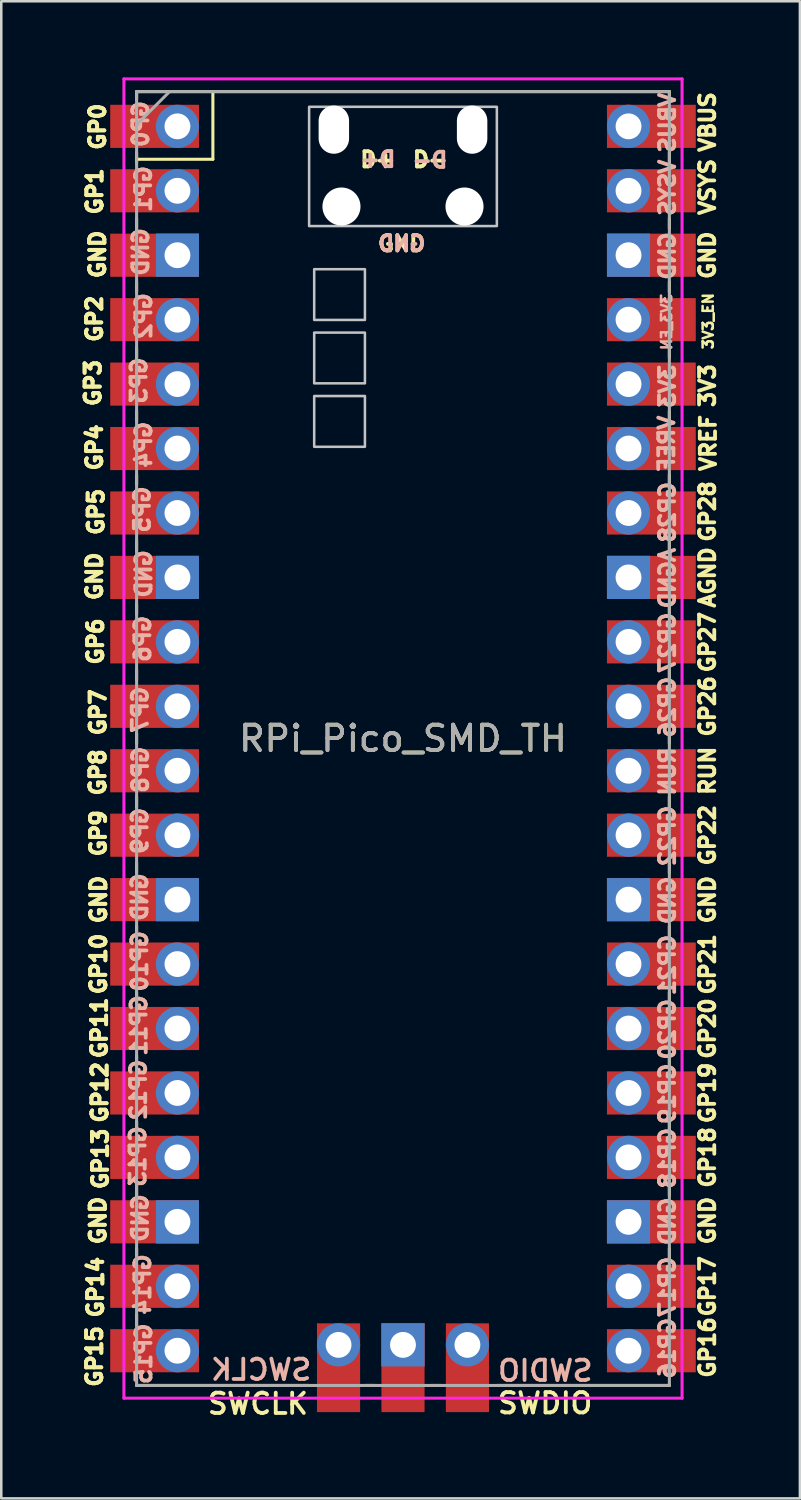
<source format=kicad_pcb>
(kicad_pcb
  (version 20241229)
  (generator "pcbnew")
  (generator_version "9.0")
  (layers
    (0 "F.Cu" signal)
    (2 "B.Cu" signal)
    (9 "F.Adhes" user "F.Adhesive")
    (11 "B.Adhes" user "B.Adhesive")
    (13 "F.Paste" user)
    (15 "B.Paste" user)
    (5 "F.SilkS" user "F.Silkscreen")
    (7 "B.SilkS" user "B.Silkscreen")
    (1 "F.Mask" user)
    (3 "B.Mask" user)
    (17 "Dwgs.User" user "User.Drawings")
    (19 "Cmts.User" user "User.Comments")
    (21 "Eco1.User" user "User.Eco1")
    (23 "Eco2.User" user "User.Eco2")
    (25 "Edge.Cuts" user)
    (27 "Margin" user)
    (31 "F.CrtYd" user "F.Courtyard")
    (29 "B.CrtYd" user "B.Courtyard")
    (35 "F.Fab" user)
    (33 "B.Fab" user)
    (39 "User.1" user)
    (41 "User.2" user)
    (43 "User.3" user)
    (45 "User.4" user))
  (footprint "RPi_Pico_SMD_TH"
    (layer "F.Cu")
    (at 12.834 26.06)
    (property "Reference" "RPi_Pico_SMD_TH" (at 0 0 180) (layer "F.SilkS") (effects (font (size 1 1) (thickness 0.15))))
    (attr through_hole)
    (fp_line (start -10.5 -25.5) (end -10.5 -25.2) (stroke (width 0.12) (type solid)) (layer "F.SilkS"))
    (fp_line (start -10.5 -25.5) (end 10.5 -25.5) (stroke (width 0.12) (type solid)) (layer "F.SilkS"))
    (fp_line (start -10.5 -23.1) (end -10.5 -22.7) (stroke (width 0.12) (type solid)) (layer "F.SilkS"))
    (fp_line (start -10.5 -22.833) (end -7.493 -22.833) (stroke (width 0.12) (type solid)) (layer "F.SilkS"))
    (fp_line (start -10.5 -20.5) (end -10.5 -20.1) (stroke (width 0.12) (type solid)) (layer "F.SilkS"))
    (fp_line (start -10.5 -18) (end -10.5 -17.6) (stroke (width 0.12) (type solid)) (layer "F.SilkS"))
    (fp_line (start -10.5 -15.4) (end -10.5 -15) (stroke (width 0.12) (type solid)) (layer "F.SilkS"))
    (fp_line (start -10.5 -12.9) (end -10.5 -12.5) (stroke (width 0.12) (type solid)) (layer "F.SilkS"))
    (fp_line (start -10.5 -10.4) (end -10.5 -10) (stroke (width 0.12) (type solid)) (layer "F.SilkS"))
    (fp_line (start -10.5 -7.8) (end -10.5 -7.4) (stroke (width 0.12) (type solid)) (layer "F.SilkS"))
    (fp_line (start -10.5 -5.3) (end -10.5 -4.9) (stroke (width 0.12) (type solid)) (layer "F.SilkS"))
    (fp_line (start -10.5 -2.7) (end -10.5 -2.3) (stroke (width 0.12) (type solid)) (layer "F.SilkS"))
    (fp_line (start -10.5 -0.2) (end -10.5 0.2) (stroke (width 0.12) (type solid)) (layer "F.SilkS"))
    (fp_line (start -10.5 2.3) (end -10.5 2.7) (stroke (width 0.12) (type solid)) (layer "F.SilkS"))
    (fp_line (start -10.5 4.9) (end -10.5 5.3) (stroke (width 0.12) (type solid)) (layer "F.SilkS"))
    (fp_line (start -10.5 7.4) (end -10.5 7.8) (stroke (width 0.12) (type solid)) (layer "F.SilkS"))
    (fp_line (start -10.5 10) (end -10.5 10.4) (stroke (width 0.12) (type solid)) (layer "F.SilkS"))
    (fp_line (start -10.5 12.5) (end -10.5 12.9) (stroke (width 0.12) (type solid)) (layer "F.SilkS"))
    (fp_line (start -10.5 15.1) (end -10.5 15.5) (stroke (width 0.12) (type solid)) (layer "F.SilkS"))
    (fp_line (start -10.5 17.6) (end -10.5 18) (stroke (width 0.12) (type solid)) (layer "F.SilkS"))
    (fp_line (start -10.5 20.1) (end -10.5 20.5) (stroke (width 0.12) (type solid)) (layer "F.SilkS"))
    (fp_line (start -10.5 22.7) (end -10.5 23.1) (stroke (width 0.12) (type solid)) (layer "F.SilkS"))
    (fp_line (start -7.493 -22.833) (end -7.493 -25.5) (stroke (width 0.12) (type solid)) (layer "F.SilkS"))
    (fp_line (start -3.7 25.5) (end -10.5 25.5) (stroke (width 0.12) (type solid)) (layer "F.SilkS"))
    (fp_line (start -1.5 25.5) (end -1.1 25.5) (stroke (width 0.12) (type solid)) (layer "F.SilkS"))
    (fp_line (start 1.1 25.5) (end 1.5 25.5) (stroke (width 0.12) (type solid)) (layer "F.SilkS"))
    (fp_line (start 10.5 -25.5) (end 10.5 -25.2) (stroke (width 0.12) (type solid)) (layer "F.SilkS"))
    (fp_line (start 10.5 -23.1) (end 10.5 -22.7) (stroke (width 0.12) (type solid)) (layer "F.SilkS"))
    (fp_line (start 10.5 -20.5) (end 10.5 -20.1) (stroke (width 0.12) (type solid)) (layer "F.SilkS"))
    (fp_line (start 10.5 -18) (end 10.5 -17.6) (stroke (width 0.12) (type solid)) (layer "F.SilkS"))
    (fp_line (start 10.5 -15.4) (end 10.5 -15) (stroke (width 0.12) (type solid)) (layer "F.SilkS"))
    (fp_line (start 10.5 -12.9) (end 10.5 -12.5) (stroke (width 0.12) (type solid)) (layer "F.SilkS"))
    (fp_line (start 10.5 -10.4) (end 10.5 -10) (stroke (width 0.12) (type solid)) (layer "F.SilkS"))
    (fp_line (start 10.5 -7.8) (end 10.5 -7.4) (stroke (width 0.12) (type solid)) (layer "F.SilkS"))
    (fp_line (start 10.5 -5.3) (end 10.5 -4.9) (stroke (width 0.12) (type solid)) (layer "F.SilkS"))
    (fp_line (start 10.5 -2.7) (end 10.5 -2.3) (stroke (width 0.12) (type solid)) (layer "F.SilkS"))
    (fp_line (start 10.5 -0.2) (end 10.5 0.2) (stroke (width 0.12) (type solid)) (layer "F.SilkS"))
    (fp_line (start 10.5 2.3) (end 10.5 2.7) (stroke (width 0.12) (type solid)) (layer "F.SilkS"))
    (fp_line (start 10.5 4.9) (end 10.5 5.3) (stroke (width 0.12) (type solid)) (layer "F.SilkS"))
    (fp_line (start 10.5 7.4) (end 10.5 7.8) (stroke (width 0.12) (type solid)) (layer "F.SilkS"))
    (fp_line (start 10.5 10) (end 10.5 10.4) (stroke (width 0.12) (type solid)) (layer "F.SilkS"))
    (fp_line (start 10.5 12.5) (end 10.5 12.9) (stroke (width 0.12) (type solid)) (layer "F.SilkS"))
    (fp_line (start 10.5 15.1) (end 10.5 15.5) (stroke (width 0.12) (type solid)) (layer "F.SilkS"))
    (fp_line (start 10.5 17.6) (end 10.5 18) (stroke (width 0.12) (type solid)) (layer "F.SilkS"))
    (fp_line (start 10.5 20.1) (end 10.5 20.5) (stroke (width 0.12) (type solid)) (layer "F.SilkS"))
    (fp_line (start 10.5 22.7) (end 10.5 23.1) (stroke (width 0.12) (type solid)) (layer "F.SilkS"))
    (fp_line (start 10.5 25.5) (end 3.7 25.5) (stroke (width 0.12) (type solid)) (layer "F.SilkS"))
    (fp_poly (pts (xy -1.5 -16.5) (xy -3.5 -16.5) (xy -3.5 -18.5) (xy -1.5 -18.5)) (stroke (width 0.1) (type solid)) (fill no) (layer "Dwgs.User"))
    (fp_poly (pts (xy -1.5 -14) (xy -3.5 -14) (xy -3.5 -16) (xy -1.5 -16)) (stroke (width 0.1) (type solid)) (fill no) (layer "Dwgs.User"))
    (fp_poly (pts (xy -1.5 -11.5) (xy -3.5 -11.5) (xy -3.5 -13.5) (xy -1.5 -13.5)) (stroke (width 0.1) (type solid)) (fill no) (layer "Dwgs.User"))
    (fp_poly (pts (xy 3.7 -20.2) (xy -3.7 -20.2) (xy -3.7 -24.9) (xy 3.7 -24.9)) (stroke (width 0.1) (type solid)) (fill no) (layer "Dwgs.User"))
    (fp_line (start -11 -26) (end 11 -26) (stroke (width 0.12) (type solid)) (layer "F.CrtYd"))
    (fp_line (start -11 26) (end -11 -26) (stroke (width 0.12) (type solid)) (layer "F.CrtYd"))
    (fp_line (start 11 -26) (end 11 26) (stroke (width 0.12) (type solid)) (layer "F.CrtYd"))
    (fp_line (start 11 26) (end -11 26) (stroke (width 0.12) (type solid)) (layer "F.CrtYd"))
    (fp_line (start -10.5 -25.5) (end 10.5 -25.5) (stroke (width 0.12) (type solid)) (layer "F.Fab"))
    (fp_line (start -10.5 -24.2) (end -9.2 -25.5) (stroke (width 0.12) (type solid)) (layer "F.Fab"))
    (fp_line (start -10.5 25.5) (end -10.5 -25.5) (stroke (width 0.12) (type solid)) (layer "F.Fab"))
    (fp_line (start 10.5 -25.5) (end 10.5 25.5) (stroke (width 0.12) (type solid)) (layer "F.Fab"))
    (fp_line (start 10.5 25.5) (end -10.5 25.5) (stroke (width 0.12) (type solid)) (layer "F.Fab"))
    (fp_text user "GP8" (at -12.03 1.34 90) (layer "F.SilkS") (effects (font (size 0.6 0.6) (thickness 0.15))))
    (fp_text user "D-" (at 1.08 -22.82 180) (layer "F.SilkS") (effects (font (size 0.6 0.6) (thickness 0.15))))
    (fp_text user "GP2" (at -12.16 -16.54 90) (layer "F.SilkS") (effects (font (size 0.6 0.6) (thickness 0.15))))
    (fp_text user "GP14" (at -12.12 21.62 90) (layer "F.SilkS") (effects (font (size 0.6 0.6) (thickness 0.15))))
    (fp_text user "GP9" (at -12.01 3.74 90) (layer "F.SilkS") (effects (font (size 0.6 0.6) (thickness 0.15))))
    (fp_text user "GP20" (at 12 11.43 90) (layer "F.SilkS") (effects (font (size 0.6 0.6) (thickness 0.15))))
    (fp_text user "GP4" (at -12.16 -11.48 90) (layer "F.SilkS") (effects (font (size 0.6 0.6) (thickness 0.15))))
    (fp_text user "GP11" (at -11.97 11.41 90) (layer "F.SilkS") (effects (font (size 0.6 0.6) (thickness 0.15))))
    (fp_text user "GP16" (at 12 24 90) (layer "F.SilkS") (effects (font (size 0.6 0.6) (thickness 0.15))))
    (fp_text user "3V3_EN" (at 12.03 -16.45 90) (layer "F.SilkS") (effects (font (size 0.4 0.4) (thickness 0.1))))
    (fp_text user "GP3" (at -12.22 -14.02 90) (layer "F.SilkS") (effects (font (size 0.6 0.6) (thickness 0.15))))
    (fp_text user "GP12" (at -11.95 13.94 90) (layer "F.SilkS") (effects (font (size 0.6 0.6) (thickness 0.15))))
    (fp_text user "GP26" (at 12 -1.27 90) (layer "F.SilkS") (effects (font (size 0.6 0.6) (thickness 0.15))))
    (fp_text user "GP0" (at -12.04 -24.11 90) (layer "F.SilkS") (effects (font (size 0.6 0.6) (thickness 0.15))))
    (fp_text user "GP12" (at -11.95 13.95 90) (layer "F.SilkS") (effects (font (size 0.6 0.6) (thickness 0.15))))
    (fp_text user "GP11" (at -11.97 11.4 90) (layer "F.SilkS") (effects (font (size 0.6 0.6) (thickness 0.15))))
    (fp_text user "SWCLK" (at -5.72 26.22 180) (layer "F.SilkS") (effects (font (size 0.8 0.8) (thickness 0.15))))
    (fp_text user "GND" (at -12 6.35 90) (layer "F.SilkS") (effects (font (size 0.6 0.6) (thickness 0.15))))
    (fp_text user "GP5" (at -12.1 -8.94 90) (layer "F.SilkS") (effects (font (size 0.6 0.6) (thickness 0.15))))
    (fp_text user "GP6" (at -12.12 -3.83 90) (layer "F.SilkS") (effects (font (size 0.6 0.6) (thickness 0.15))))
    (fp_text user "GND" (at 12 6.35 90) (layer "F.SilkS") (effects (font (size 0.6 0.6) (thickness 0.15))))
    (fp_text user "GP27" (at 12 -3.8 90) (layer "F.SilkS") (effects (font (size 0.6 0.6) (thickness 0.15))))
    (fp_text user "GP5" (at -12.1 -8.93 90) (layer "F.SilkS") (effects (font (size 0.6 0.6) (thickness 0.15))))
    (fp_text user "GND" (at -12.02 18.99 90) (layer "F.SilkS") (effects (font (size 0.6 0.6) (thickness 0.15))))
    (fp_text user "GP0" (at -12.04 -24.12 90) (layer "F.SilkS") (effects (font (size 0.6 0.6) (thickness 0.15))))
    (fp_text user "GP1" (at -12.15 -21.57 90) (layer "F.SilkS") (effects (font (size 0.6 0.6) (thickness 0.15))))
    (fp_text user "GP6" (at -12.12 -3.82 90) (layer "F.SilkS") (effects (font (size 0.6 0.6) (thickness 0.15))))
    (fp_text user "GP1" (at -12.15 -21.56 90) (layer "F.SilkS") (effects (font (size 0.6 0.6) (thickness 0.15))))
    (fp_text user "VSYS" (at 12 -21.74 90) (layer "F.SilkS") (effects (font (size 0.6 0.6) (thickness 0.15))))
    (fp_text user "GND" (at -12.16 -6.4 90) (layer "F.SilkS") (effects (font (size 0.6 0.6) (thickness 0.15))))
    (fp_text user "GND" (at -12.04 -19.09 90) (layer "F.SilkS") (effects (font (size 0.6 0.6) (thickness 0.15))))
    (fp_text user "AGND" (at 12 -6.35 90) (layer "F.SilkS") (effects (font (size 0.6 0.6) (thickness 0.15))))
    (fp_text user "GND" (at 12 -19.05 90) (layer "F.SilkS") (effects (font (size 0.6 0.6) (thickness 0.15))))
    (fp_text user "SWDIO" (at 5.6 26.2 180) (layer "F.SilkS") (effects (font (size 0.8 0.8) (thickness 0.15))))
    (fp_text user "GP22" (at 12 3.81 90) (layer "F.SilkS") (effects (font (size 0.6 0.6) (thickness 0.15))))
    (fp_text user "GP17" (at 12 21.59 90) (layer "F.SilkS") (effects (font (size 0.6 0.6) (thickness 0.15))))
    (fp_text user "GND" (at -12 6.34 90) (layer "F.SilkS") (effects (font (size 0.6 0.6) (thickness 0.15))))
    (fp_text user "GP7" (at -12.02 -1.03 90) (layer "F.SilkS") (effects (font (size 0.6 0.6) (thickness 0.15))))
    (fp_text user "GP3" (at -12.22 -14.01 90) (layer "F.SilkS") (effects (font (size 0.6 0.6) (thickness 0.15))))
    (fp_text user "GP13" (at -11.93 16.57 90) (layer "F.SilkS") (effects (font (size 0.6 0.6) (thickness 0.15))))
    (fp_text user "GP18" (at 12 16.51 90) (layer "F.SilkS") (effects (font (size 0.6 0.6) (thickness 0.15))))
    (fp_text user "GP13" (at -11.93 16.56 90) (layer "F.SilkS") (effects (font (size 0.6 0.6) (thickness 0.15))))
    (fp_text user "GND" (at -12.16 -6.39 90) (layer "F.SilkS") (effects (font (size 0.6 0.6) (thickness 0.15))))
    (fp_text user "GP21" (at 12 8.9 90) (layer "F.SilkS") (effects (font (size 0.6 0.6) (thickness 0.15))))
    (fp_text user "GP15" (at -12.16 24.36 90) (layer "F.SilkS") (effects (font (size 0.6 0.6) (thickness 0.15))))
    (fp_text user "GND" (at 12 19 90) (layer "F.SilkS") (effects (font (size 0.6 0.6) (thickness 0.15))))
    (fp_text user "D+" (at -0.99 -22.82 180) (layer "F.SilkS") (effects (font (size 0.6 0.6) (thickness 0.15))))
    (fp_text user "VREF" (at 12.03 -11.65 90) (layer "F.SilkS") (effects (font (size 0.6 0.6) (thickness 0.15))))
    (fp_text user "GP7" (at -12.02 -1.04 90) (layer "F.SilkS") (effects (font (size 0.6 0.6) (thickness 0.15))))
    (fp_text user "RUN" (at 12 1.27 90) (layer "F.SilkS") (effects (font (size 0.6 0.6) (thickness 0.15))))
    (fp_text user "GP2" (at -12.16 -16.55 90) (layer "F.SilkS") (effects (font (size 0.6 0.6) (thickness 0.15))))
    (fp_text user "GP10" (at -12 8.89 90) (layer "F.SilkS") (effects (font (size 0.6 0.6) (thickness 0.15))))
    (fp_text user "GND" (at -12.02 19 90) (layer "F.SilkS") (effects (font (size 0.6 0.6) (thickness 0.15))))
    (fp_text user "GP19" (at 12 13.97 90) (layer "F.SilkS") (effects (font (size 0.6 0.6) (thickness 0.15))))
    (fp_text user "GP9" (at -12.01 3.73 90) (layer "F.SilkS") (effects (font (size 0.6 0.6) (thickness 0.15))))
    (fp_text user "GP28" (at 12 -8.95 90) (layer "F.SilkS") (effects (font (size 0.6 0.6) (thickness 0.15))))
    (fp_text user "GP15" (at -12.16 24.35 90) (layer "F.SilkS") (effects (font (size 0.6 0.6) (thickness 0.15))))
    (fp_text user "GND" (at -0.05 -19.51 180) (layer "F.SilkS") (effects (font (size 0.6 0.6) (thickness 0.15))))
    (fp_text user "GP4" (at -12.16 -11.47 90) (layer "F.SilkS") (effects (font (size 0.6 0.6) (thickness 0.15))))
    (fp_text user "VBUS" (at 12 -24.3 270) (layer "F.SilkS") (effects (font (size 0.6 0.6) (thickness 0.15))))
    (fp_text user "GP10" (at -12 8.88 90) (layer "F.SilkS") (effects (font (size 0.6 0.6) (thickness 0.15))))
    (fp_text user "3V3" (at 12 -13.91 90) (layer "F.SilkS") (effects (font (size 0.6 0.6) (thickness 0.15))))
    (fp_text user "GP14" (at -12.12 21.63 90) (layer "F.SilkS") (effects (font (size 0.6 0.6) (thickness 0.15))))
    (fp_text user "GND" (at -12.04 -19.08 90) (layer "F.SilkS") (effects (font (size 0.6 0.6) (thickness 0.15))))
    (fp_text user "GP8" (at -12.03 1.33 90) (layer "F.SilkS") (effects (font (size 0.6 0.6) (thickness 0.15))))
    (fp_text user "3V3" (at 10.42 -13.88 270) (layer "B.SilkS") (effects (font (size 0.6 0.6) (thickness 0.15)) (justify mirror)))
    (fp_text user "GP20" (at 10.42 11.46 270) (layer "B.SilkS") (effects (font (size 0.6 0.6) (thickness 0.15)) (justify mirror)))
    (fp_text user "GND" (at 10.42 6.38 270) (layer "B.SilkS") (effects (font (size 0.6 0.6) (thickness 0.15)) (justify mirror)))
    (fp_text user "GP10" (at -10.38 8.78 270) (layer "B.SilkS") (effects (font (size 0.6 0.6) (thickness 0.15)) (justify mirror)))
    (fp_text user "GP16" (at 10.42 24.03 270) (layer "B.SilkS") (effects (font (size 0.6 0.6) (thickness 0.15)) (justify mirror)))
    (fp_text user "GP7" (at -10.36 -1.13 270) (layer "B.SilkS") (effects (font (size 0.6 0.6) (thickness 0.15)) (justify mirror)))
    (fp_text user "SWDIO" (at 5.61 24.92 180) (layer "B.SilkS") (effects (font (size 0.8 0.8) (thickness 0.15)) (justify mirror)))
    (fp_text user "GND" (at -10.22 -6.49 270) (layer "B.SilkS") (effects (font (size 0.6 0.6) (thickness 0.15)) (justify mirror)))
    (fp_text user "GP12" (at -10.43 13.85 270) (layer "B.SilkS") (effects (font (size 0.6 0.6) (thickness 0.15)) (justify mirror)))
    (fp_text user "GP14" (at -10.26 21.52 270) (layer "B.SilkS") (effects (font (size 0.6 0.6) (thickness 0.15)) (justify mirror)))
    (fp_text user "D+" (at -0.99 -22.83 180) (layer "B.SilkS") (effects (font (size 0.6 0.6) (thickness 0.15)) (justify mirror)))
    (fp_text user "GP22" (at 10.42 3.84 270) (layer "B.SilkS") (effects (font (size 0.6 0.6) (thickness 0.15)) (justify mirror)))
    (fp_text user "GP5" (at -10.28 -9.03 270) (layer "B.SilkS") (effects (font (size 0.6 0.6) (thickness 0.15)) (justify mirror)))
    (fp_text user "SWCLK" (at -5.59 24.88 180) (layer "B.SilkS") (effects (font (size 0.8 0.8) (thickness 0.15)) (justify mirror)))
    (fp_text user "AGND" (at 10.42 -6.32 270) (layer "B.SilkS") (effects (font (size 0.6 0.6) (thickness 0.15)) (justify mirror)))
    (fp_text user "GP1" (at -10.23 -21.66 270) (layer "B.SilkS") (effects (font (size 0.6 0.6) (thickness 0.15)) (justify mirror)))
    (fp_text user "GP26" (at 10.42 -1.24 270) (layer "B.SilkS") (effects (font (size 0.6 0.6) (thickness 0.15)) (justify mirror)))
    (fp_text user "GP15" (at -10.22 24.25 270) (layer "B.SilkS") (effects (font (size 0.6 0.6) (thickness 0.15)) (justify mirror)))
    (fp_text user "GP4" (at -10.22 -11.58 270) (layer "B.SilkS") (effects (font (size 0.6 0.6) (thickness 0.15)) (justify mirror)))
    (fp_text user "GP27" (at 10.42 -3.77 270) (layer "B.SilkS") (effects (font (size 0.6 0.6) (thickness 0.15)) (justify mirror)))
    (fp_text user "GND" (at 10.42 19.03 270) (layer "B.SilkS") (effects (font (size 0.6 0.6) (thickness 0.15)) (justify mirror)))
    (fp_text user "GP8" (at -10.35 1.23 270) (layer "B.SilkS") (effects (font (size 0.6 0.6) (thickness 0.15)) (justify mirror)))
    (fp_text user "RUN" (at 10.42 1.3 270) (layer "B.SilkS") (effects (font (size 0.6 0.6) (thickness 0.15)) (justify mirror)))
    (fp_text user "GP19" (at 10.42 14 270) (layer "B.SilkS") (effects (font (size 0.6 0.6) (thickness 0.15)) (justify mirror)))
    (fp_text user "GND" (at 10.42 -19.02 270) (layer "B.SilkS") (effects (font (size 0.6 0.6) (thickness 0.15)) (justify mirror)))
    (fp_text user "GP21" (at 10.42 8.93 270) (layer "B.SilkS") (effects (font (size 0.6 0.6) (thickness 0.15)) (justify mirror)))
    (fp_text user "GP2" (at -10.22 -16.65 270) (layer "B.SilkS") (effects (font (size 0.6 0.6) (thickness 0.15)) (justify mirror)))
    (fp_text user "GND" (at -10.38 6.25 270) (layer "B.SilkS") (effects (font (size 0.6 0.6) (thickness 0.15)) (justify mirror)))
    (fp_text user "GP11" (at -10.41 11.31 270) (layer "B.SilkS") (effects (font (size 0.6 0.6) (thickness 0.15)) (justify mirror)))
    (fp_text user "GND" (at -0.05 -19.51 180) (layer "B.SilkS") (effects (font (size 0.6 0.6) (thickness 0.15)) (justify mirror)))
    (fp_text user "GP3" (at -10.41 -14.11 270) (layer "B.SilkS") (effects (font (size 0.6 0.6) (thickness 0.15)) (justify mirror)))
    (fp_text user "GP17" (at 10.42 21.62 270) (layer "B.SilkS") (effects (font (size 0.6 0.6) (thickness 0.15)) (justify mirror)))
    (fp_text user "GP18" (at 10.42 16.54 270) (layer "B.SilkS") (effects (font (size 0.6 0.6) (thickness 0.15)) (justify mirror)))
    (fp_text user "D-" (at 1.06 -22.8 180) (layer "B.SilkS") (effects (font (size 0.6 0.6) (thickness 0.15)) (justify mirror)))
    (fp_text user "GND" (at -10.34 -19.18 270) (layer "B.SilkS") (effects (font (size 0.6 0.6) (thickness 0.15)) (justify mirror)))
    (fp_text user "GP9" (at -10.37 3.64 270) (layer "B.SilkS") (effects (font (size 0.6 0.6) (thickness 0.15)) (justify mirror)))
    (fp_text user "GND" (at -10.36 18.9 270) (layer "B.SilkS") (effects (font (size 0.6 0.6) (thickness 0.15)) (justify mirror)))
    (fp_text user "VBUS" (at 10.42 -24.27 90) (layer "B.SilkS") (effects (font (size 0.6 0.6) (thickness 0.15)) (justify mirror)))
    (fp_text user "3V3_EN" (at 10.39 -16.42 270) (layer "B.SilkS") (effects (font (size 0.4 0.4) (thickness 0.1)) (justify mirror)))
    (fp_text user "GP6" (at -10.26 -3.93 270) (layer "B.SilkS") (effects (font (size 0.6 0.6) (thickness 0.15)) (justify mirror)))
    (fp_text user "GP0" (at -10.34 -24.22 270) (layer "B.SilkS") (effects (font (size 0.6 0.6) (thickness 0.15)) (justify mirror)))
    (fp_text user "GP28" (at 10.42 -8.92 270) (layer "B.SilkS") (effects (font (size 0.6 0.6) (thickness 0.15)) (justify mirror)))
    (fp_text user "VSYS" (at 10.42 -21.71 270) (layer "B.SilkS") (effects (font (size 0.6 0.6) (thickness 0.15)) (justify mirror)))
    (fp_text user "VREF" (at 10.39 -11.62 270) (layer "B.SilkS") (effects (font (size 0.6 0.6) (thickness 0.15)) (justify mirror)))
    (fp_text user "GP13" (at -10.45 16.47 270) (layer "B.SilkS") (effects (font (size 0.6 0.6) (thickness 0.15)) (justify mirror)))
    (fp_text user "${REFERENCE}" (at 0 0 180) (layer "F.Fab") (effects (font (size 1 1) (thickness 0.15))))
    (pad "" np_thru_hole oval (at -2.725 -24 90) (size 1.9 1.2) (drill oval 1.9 1.2) (layers "*.Cu" "*.Mask"))
    (pad "" np_thru_hole oval (at -2.425 -20.97) (size 1.5 1.5) (drill 1.5) (layers "*.Cu" "*.Mask"))
    (pad "" np_thru_hole oval (at 2.425 -20.97) (size 1.5 1.5) (drill 1.5) (layers "*.Cu" "*.Mask"))
    (pad "" np_thru_hole oval (at 2.725 -24 90) (size 1.9 1.2) (drill oval 1.9 1.2) (layers "*.Cu" "*.Mask"))
    (pad "1" thru_hole oval (at -8.89 -24.13) (size 1.7 1.7) (drill 1.02) (layers "*.Cu" "*.Mask"))
    (pad "1" smd rect (at -8.89 -24.13) (size 3.5 1.7) (drill (offset -0.9 0)) (layers "F.Cu" "F.Mask"))
    (pad "2" thru_hole oval (at -8.89 -21.59) (size 1.7 1.7) (drill 1.02) (layers "*.Cu" "*.Mask"))
    (pad "2" smd rect (at -8.89 -21.59) (size 3.5 1.7) (drill (offset -0.9 0)) (layers "F.Cu" "F.Mask"))
    (pad "3" thru_hole rect (at -8.89 -19.05) (size 1.7 1.7) (drill 1.02) (layers "*.Cu" "*.Mask"))
    (pad "3" smd rect (at -8.89 -19.05) (size 3.5 1.7) (drill (offset -0.9 0)) (layers "F.Cu" "F.Mask"))
    (pad "4" thru_hole oval (at -8.89 -16.51) (size 1.7 1.7) (drill 1.02) (layers "*.Cu" "*.Mask"))
    (pad "4" smd rect (at -8.89 -16.51) (size 3.5 1.7) (drill (offset -0.9 0)) (layers "F.Cu" "F.Mask"))
    (pad "5" thru_hole oval (at -8.89 -13.97) (size 1.7 1.7) (drill 1.02) (layers "*.Cu" "*.Mask"))
    (pad "5" smd rect (at -8.89 -13.97) (size 3.5 1.7) (drill (offset -0.9 0)) (layers "F.Cu" "F.Mask"))
    (pad "6" thru_hole oval (at -8.89 -11.43) (size 1.7 1.7) (drill 1.02) (layers "*.Cu" "*.Mask"))
    (pad "6" smd rect (at -8.89 -11.43) (size 3.5 1.7) (drill (offset -0.9 0)) (layers "F.Cu" "F.Mask"))
    (pad "7" thru_hole oval (at -8.89 -8.89) (size 1.7 1.7) (drill 1.02) (layers "*.Cu" "*.Mask"))
    (pad "7" smd rect (at -8.89 -8.89) (size 3.5 1.7) (drill (offset -0.9 0)) (layers "F.Cu" "F.Mask"))
    (pad "8" thru_hole rect (at -8.89 -6.35) (size 1.7 1.7) (drill 1.02) (layers "*.Cu" "*.Mask"))
    (pad "8" smd rect (at -8.89 -6.35) (size 3.5 1.7) (drill (offset -0.9 0)) (layers "F.Cu" "F.Mask"))
    (pad "9" thru_hole oval (at -8.89 -3.81) (size 1.7 1.7) (drill 1.02) (layers "*.Cu" "*.Mask"))
    (pad "9" smd rect (at -8.89 -3.81) (size 3.5 1.7) (drill (offset -0.9 0)) (layers "F.Cu" "F.Mask"))
    (pad "10" thru_hole oval (at -8.89 -1.27) (size 1.7 1.7) (drill 1.02) (layers "*.Cu" "*.Mask"))
    (pad "10" smd rect (at -8.89 -1.27) (size 3.5 1.7) (drill (offset -0.9 0)) (layers "F.Cu" "F.Mask"))
    (pad "11" thru_hole oval (at -8.89 1.27) (size 1.7 1.7) (drill 1.02) (layers "*.Cu" "*.Mask"))
    (pad "11" smd rect (at -8.89 1.27) (size 3.5 1.7) (drill (offset -0.9 0)) (layers "F.Cu" "F.Mask"))
    (pad "12" thru_hole oval (at -8.89 3.81) (size 1.7 1.7) (drill 1.02) (layers "*.Cu" "*.Mask"))
    (pad "12" smd rect (at -8.89 3.81) (size 3.5 1.7) (drill (offset -0.9 0)) (layers "F.Cu" "F.Mask"))
    (pad "13" thru_hole rect (at -8.89 6.35) (size 1.7 1.7) (drill 1.02) (layers "*.Cu" "*.Mask"))
    (pad "13" smd rect (at -8.89 6.35) (size 3.5 1.7) (drill (offset -0.9 0)) (layers "F.Cu" "F.Mask"))
    (pad "14" thru_hole oval (at -8.89 8.89) (size 1.7 1.7) (drill 1.02) (layers "*.Cu" "*.Mask"))
    (pad "14" smd rect (at -8.89 8.89) (size 3.5 1.7) (drill (offset -0.9 0)) (layers "F.Cu" "F.Mask"))
    (pad "15" thru_hole oval (at -8.89 11.43) (size 1.7 1.7) (drill 1.02) (layers "*.Cu" "*.Mask"))
    (pad "15" smd rect (at -8.89 11.43) (size 3.5 1.7) (drill (offset -0.9 0)) (layers "F.Cu" "F.Mask"))
    (pad "16" thru_hole oval (at -8.89 13.97) (size 1.7 1.7) (drill 1.02) (layers "*.Cu" "*.Mask"))
    (pad "16" smd rect (at -8.89 13.97) (size 3.5 1.7) (drill (offset -0.9 0)) (layers "F.Cu" "F.Mask"))
    (pad "17" thru_hole oval (at -8.89 16.51) (size 1.7 1.7) (drill 1.02) (layers "*.Cu" "*.Mask"))
    (pad "17" smd rect (at -8.89 16.51) (size 3.5 1.7) (drill (offset -0.9 0)) (layers "F.Cu" "F.Mask"))
    (pad "18" thru_hole rect (at -8.89 19.05) (size 1.7 1.7) (drill 1.02) (layers "*.Cu" "*.Mask"))
    (pad "18" smd rect (at -8.89 19.05) (size 3.5 1.7) (drill (offset -0.9 0)) (layers "F.Cu" "F.Mask"))
    (pad "19" thru_hole oval (at -8.89 21.59) (size 1.7 1.7) (drill 1.02) (layers "*.Cu" "*.Mask"))
    (pad "19" smd rect (at -8.89 21.59) (size 3.5 1.7) (drill (offset -0.9 0)) (layers "F.Cu" "F.Mask"))
    (pad "20" thru_hole oval (at -8.89 24.13) (size 1.7 1.7) (drill 1.02) (layers "*.Cu" "*.Mask"))
    (pad "20" smd rect (at -8.89 24.13) (size 3.5 1.7) (drill (offset -0.9 0)) (layers "F.Cu" "F.Mask"))
    (pad "21" thru_hole oval (at 8.89 24.13) (size 1.7 1.7) (drill 1.02) (layers "*.Cu" "*.Mask"))
    (pad "21" smd rect (at 8.89 24.13) (size 3.5 1.7) (drill (offset 0.9 0)) (layers "F.Cu" "F.Mask"))
    (pad "22" thru_hole oval (at 8.89 21.59) (size 1.7 1.7) (drill 1.02) (layers "*.Cu" "*.Mask"))
    (pad "22" smd rect (at 8.89 21.59) (size 3.5 1.7) (drill (offset 0.9 0)) (layers "F.Cu" "F.Mask"))
    (pad "23" thru_hole rect (at 8.89 19.05) (size 1.7 1.7) (drill 1.02) (layers "*.Cu" "*.Mask"))
    (pad "23" smd rect (at 8.89 19.05) (size 3.5 1.7) (drill (offset 0.9 0)) (layers "F.Cu" "F.Mask"))
    (pad "24" thru_hole oval (at 8.89 16.51) (size 1.7 1.7) (drill 1.02) (layers "*.Cu" "*.Mask"))
    (pad "24" smd rect (at 8.89 16.51) (size 3.5 1.7) (drill (offset 0.9 0)) (layers "F.Cu" "F.Mask"))
    (pad "25" thru_hole oval (at 8.89 13.97) (size 1.7 1.7) (drill 1.02) (layers "*.Cu" "*.Mask"))
    (pad "25" smd rect (at 8.89 13.97) (size 3.5 1.7) (drill (offset 0.9 0)) (layers "F.Cu" "F.Mask"))
    (pad "26" thru_hole oval (at 8.89 11.43) (size 1.7 1.7) (drill 1.02) (layers "*.Cu" "*.Mask"))
    (pad "26" smd rect (at 8.89 11.43) (size 3.5 1.7) (drill (offset 0.9 0)) (layers "F.Cu" "F.Mask"))
    (pad "27" thru_hole oval (at 8.89 8.89) (size 1.7 1.7) (drill 1.02) (layers "*.Cu" "*.Mask"))
    (pad "27" smd rect (at 8.89 8.89) (size 3.5 1.7) (drill (offset 0.9 0)) (layers "F.Cu" "F.Mask"))
    (pad "28" thru_hole rect (at 8.89 6.35) (size 1.7 1.7) (drill 1.02) (layers "*.Cu" "*.Mask"))
    (pad "28" smd rect (at 8.89 6.35) (size 3.5 1.7) (drill (offset 0.9 0)) (layers "F.Cu" "F.Mask"))
    (pad "29" thru_hole oval (at 8.89 3.81) (size 1.7 1.7) (drill 1.02) (layers "*.Cu" "*.Mask"))
    (pad "29" smd rect (at 8.89 3.81) (size 3.5 1.7) (drill (offset 0.9 0)) (layers "F.Cu" "F.Mask"))
    (pad "30" thru_hole oval (at 8.89 1.27) (size 1.7 1.7) (drill 1.02) (layers "*.Cu" "*.Mask"))
    (pad "30" smd rect (at 8.89 1.27) (size 3.5 1.7) (drill (offset 0.9 0)) (layers "F.Cu" "F.Mask"))
    (pad "31" thru_hole oval (at 8.89 -1.27) (size 1.7 1.7) (drill 1.02) (layers "*.Cu" "*.Mask"))
    (pad "31" smd rect (at 8.89 -1.27) (size 3.5 1.7) (drill (offset 0.9 0)) (layers "F.Cu" "F.Mask"))
    (pad "32" thru_hole oval (at 8.89 -3.81) (size 1.7 1.7) (drill 1.02) (layers "*.Cu" "*.Mask"))
    (pad "32" smd rect (at 8.89 -3.81) (size 3.5 1.7) (drill (offset 0.9 0)) (layers "F.Cu" "F.Mask"))
    (pad "33" thru_hole rect (at 8.89 -6.35) (size 1.7 1.7) (drill 1.02) (layers "*.Cu" "*.Mask"))
    (pad "33" smd rect (at 8.89 -6.35) (size 3.5 1.7) (drill (offset 0.9 0)) (layers "F.Cu" "F.Mask"))
    (pad "34" thru_hole oval (at 8.89 -8.89) (size 1.7 1.7) (drill 1.02) (layers "*.Cu" "*.Mask"))
    (pad "34" smd rect (at 8.89 -8.89) (size 3.5 1.7) (drill (offset 0.9 0)) (layers "F.Cu" "F.Mask"))
    (pad "35" thru_hole oval (at 8.89 -11.43) (size 1.7 1.7) (drill 1.02) (layers "*.Cu" "*.Mask"))
    (pad "35" smd rect (at 8.89 -11.43) (size 3.5 1.7) (drill (offset 0.9 0)) (layers "F.Cu" "F.Mask"))
    (pad "36" thru_hole oval (at 8.89 -13.97) (size 1.7 1.7) (drill 1.02) (layers "*.Cu" "*.Mask"))
    (pad "36" smd rect (at 8.89 -13.97) (size 3.5 1.7) (drill (offset 0.9 0)) (layers "F.Cu" "F.Mask"))
    (pad "37" thru_hole oval (at 8.89 -16.51) (size 1.7 1.7) (drill 1.02) (layers "*.Cu" "*.Mask"))
    (pad "37" smd rect (at 8.89 -16.51) (size 3.5 1.7) (drill (offset 0.9 0)) (layers "F.Cu" "F.Mask"))
    (pad "38" thru_hole rect (at 8.89 -19.05) (size 1.7 1.7) (drill 1.02) (layers "*.Cu" "*.Mask"))
    (pad "38" smd rect (at 8.89 -19.05) (size 3.5 1.7) (drill (offset 0.9 0)) (layers "F.Cu" "F.Mask"))
    (pad "39" thru_hole oval (at 8.89 -21.59) (size 1.7 1.7) (drill 1.02) (layers "*.Cu" "*.Mask"))
    (pad "39" smd rect (at 8.89 -21.59) (size 3.5 1.7) (drill (offset 0.9 0)) (layers "F.Cu" "F.Mask"))
    (pad "40" thru_hole oval (at 8.89 -24.13) (size 1.7 1.7) (drill 1.02) (layers "*.Cu" "*.Mask"))
    (pad "40" smd rect (at 8.89 -24.13) (size 3.5 1.7) (drill (offset 0.9 0)) (layers "F.Cu" "F.Mask"))
    (pad "41" thru_hole oval (at -2.54 23.9) (size 1.7 1.7) (drill 1.02) (layers "*.Cu" "*.Mask"))
    (pad "41" smd rect (at -2.54 23.9 90) (size 3.5 1.7) (drill (offset -0.9 0)) (layers "F.Cu" "F.Mask"))
    (pad "42" thru_hole rect (at 0 23.9) (size 1.7 1.7) (drill 1.02) (layers "*.Cu" "*.Mask"))
    (pad "42" smd rect (at 0 23.9 90) (size 3.5 1.7) (drill (offset -0.9 0)) (layers "F.Cu" "F.Mask"))
    (pad "43" thru_hole oval (at 2.54 23.9) (size 1.7 1.7) (drill 1.02) (layers "*.Cu" "*.Mask"))
    (pad "43" smd rect (at 2.54 23.9 90) (size 3.5 1.7) (drill (offset -0.9 0)) (layers "F.Cu" "F.Mask")))
  (gr_rect
    (start -3 -3)
    (end 28.479 56.011)
    (stroke (width 0.1) (type default))
    (fill no)
    (layer "Edge.Cuts")))
</source>
